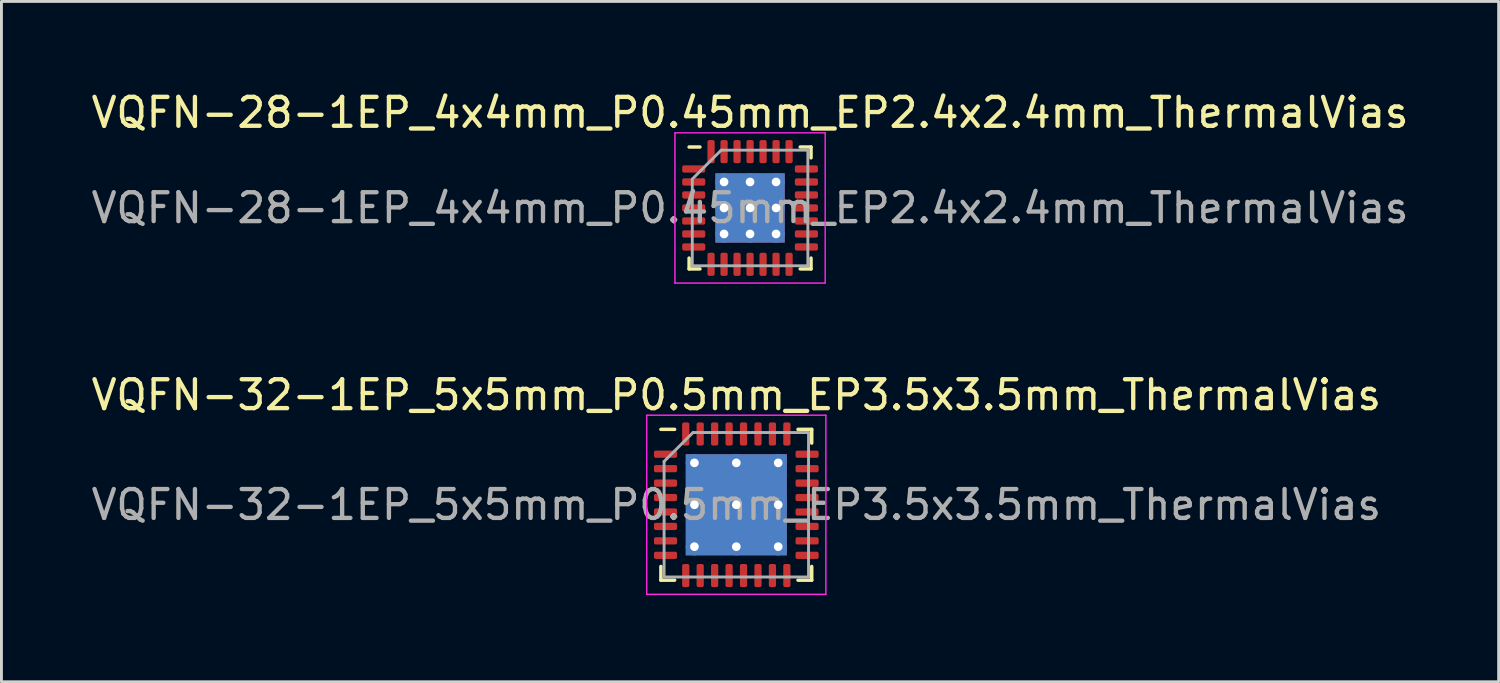
<source format=kicad_pcb>
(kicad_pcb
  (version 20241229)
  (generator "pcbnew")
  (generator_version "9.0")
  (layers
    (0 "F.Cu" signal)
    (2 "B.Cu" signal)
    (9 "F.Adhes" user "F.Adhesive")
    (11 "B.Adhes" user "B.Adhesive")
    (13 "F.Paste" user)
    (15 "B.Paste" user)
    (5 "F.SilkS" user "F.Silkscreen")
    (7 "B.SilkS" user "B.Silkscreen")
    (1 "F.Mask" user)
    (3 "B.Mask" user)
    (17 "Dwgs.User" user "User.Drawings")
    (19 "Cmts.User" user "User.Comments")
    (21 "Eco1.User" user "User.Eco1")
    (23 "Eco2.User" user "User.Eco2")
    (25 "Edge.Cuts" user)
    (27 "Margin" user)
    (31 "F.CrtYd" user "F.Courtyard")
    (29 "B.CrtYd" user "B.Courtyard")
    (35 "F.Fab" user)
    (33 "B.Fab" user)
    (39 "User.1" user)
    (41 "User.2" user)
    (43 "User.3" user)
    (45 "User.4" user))
  (footprint "VQFN-28-1EP_4x4mm_P0.45mm_EP2.4x2.4mm_ThermalVias"
    (layer "F.Cu")
    (at 22.911 4.148)
    (property "Reference" "VQFN-28-1EP_4x4mm_P0.45mm_EP2.4x2.4mm_ThermalVias" (at 0 -3.3 0) (layer "F.SilkS") (effects (font (size 1 1) (thickness 0.15))))
    (attr smd)
    (fp_line (start -2.11 2.11) (end -2.11 1.735) (stroke (width 0.12) (type solid)) (layer "F.SilkS"))
    (fp_line (start -1.735 -2.11) (end -2.11 -2.11) (stroke (width 0.12) (type solid)) (layer "F.SilkS"))
    (fp_line (start -1.735 2.11) (end -2.11 2.11) (stroke (width 0.12) (type solid)) (layer "F.SilkS"))
    (fp_line (start 1.735 -2.11) (end 2.11 -2.11) (stroke (width 0.12) (type solid)) (layer "F.SilkS"))
    (fp_line (start 1.735 2.11) (end 2.11 2.11) (stroke (width 0.12) (type solid)) (layer "F.SilkS"))
    (fp_line (start 2.11 -2.11) (end 2.11 -1.735) (stroke (width 0.12) (type solid)) (layer "F.SilkS"))
    (fp_line (start 2.11 2.11) (end 2.11 1.735) (stroke (width 0.12) (type solid)) (layer "F.SilkS"))
    (fp_line (start -2.6 -2.6) (end -2.6 2.6) (stroke (width 0.05) (type solid)) (layer "F.CrtYd"))
    (fp_line (start -2.6 2.6) (end 2.6 2.6) (stroke (width 0.05) (type solid)) (layer "F.CrtYd"))
    (fp_line (start 2.6 -2.6) (end -2.6 -2.6) (stroke (width 0.05) (type solid)) (layer "F.CrtYd"))
    (fp_line (start 2.6 2.6) (end 2.6 -2.6) (stroke (width 0.05) (type solid)) (layer "F.CrtYd"))
    (fp_line (start -2 -1) (end -1 -2) (stroke (width 0.1) (type solid)) (layer "F.Fab"))
    (fp_line (start -2 2) (end -2 -1) (stroke (width 0.1) (type solid)) (layer "F.Fab"))
    (fp_line (start -1 -2) (end 2 -2) (stroke (width 0.1) (type solid)) (layer "F.Fab"))
    (fp_line (start 2 -2) (end 2 2) (stroke (width 0.1) (type solid)) (layer "F.Fab"))
    (fp_line (start 2 2) (end -2 2) (stroke (width 0.1) (type solid)) (layer "F.Fab"))
    (fp_text user "${REFERENCE}" (at 0 0 0) (layer "F.Fab") (effects (font (size 1 1) (thickness 0.15))))
    (pad "" smd roundrect (at -0.6 -0.6) (size 1 1) (layers "F.Paste") (roundrect_rratio 0.25))
    (pad "" smd roundrect (at -0.6 0.6) (size 1 1) (layers "F.Paste") (roundrect_rratio 0.25))
    (pad "" smd roundrect (at 0.6 -0.6) (size 1 1) (layers "F.Paste") (roundrect_rratio 0.25))
    (pad "" smd roundrect (at 0.6 0.6) (size 1 1) (layers "F.Paste") (roundrect_rratio 0.25))
    (pad "1" smd roundrect (at -1.95 -1.35) (size 0.8 0.25) (layers "F.Cu" "F.Mask" "F.Paste") (roundrect_rratio 0.25))
    (pad "2" smd roundrect (at -1.95 -0.9) (size 0.8 0.25) (layers "F.Cu" "F.Mask" "F.Paste") (roundrect_rratio 0.25))
    (pad "3" smd roundrect (at -1.95 -0.45) (size 0.8 0.25) (layers "F.Cu" "F.Mask" "F.Paste") (roundrect_rratio 0.25))
    (pad "4" smd roundrect (at -1.95 0) (size 0.8 0.25) (layers "F.Cu" "F.Mask" "F.Paste") (roundrect_rratio 0.25))
    (pad "5" smd roundrect (at -1.95 0.45) (size 0.8 0.25) (layers "F.Cu" "F.Mask" "F.Paste") (roundrect_rratio 0.25))
    (pad "6" smd roundrect (at -1.95 0.9) (size 0.8 0.25) (layers "F.Cu" "F.Mask" "F.Paste") (roundrect_rratio 0.25))
    (pad "7" smd roundrect (at -1.95 1.35) (size 0.8 0.25) (layers "F.Cu" "F.Mask" "F.Paste") (roundrect_rratio 0.25))
    (pad "8" smd roundrect (at -1.35 1.95) (size 0.25 0.8) (layers "F.Cu" "F.Mask" "F.Paste") (roundrect_rratio 0.25))
    (pad "9" smd roundrect (at -0.9 1.95) (size 0.25 0.8) (layers "F.Cu" "F.Mask" "F.Paste") (roundrect_rratio 0.25))
    (pad "10" smd roundrect (at -0.45 1.95) (size 0.25 0.8) (layers "F.Cu" "F.Mask" "F.Paste") (roundrect_rratio 0.25))
    (pad "11" smd roundrect (at 0 1.95) (size 0.25 0.8) (layers "F.Cu" "F.Mask" "F.Paste") (roundrect_rratio 0.25))
    (pad "12" smd roundrect (at 0.45 1.95) (size 0.25 0.8) (layers "F.Cu" "F.Mask" "F.Paste") (roundrect_rratio 0.25))
    (pad "13" smd roundrect (at 0.9 1.95) (size 0.25 0.8) (layers "F.Cu" "F.Mask" "F.Paste") (roundrect_rratio 0.25))
    (pad "14" smd roundrect (at 1.35 1.95) (size 0.25 0.8) (layers "F.Cu" "F.Mask" "F.Paste") (roundrect_rratio 0.25))
    (pad "15" smd roundrect (at 1.95 1.35) (size 0.8 0.25) (layers "F.Cu" "F.Mask" "F.Paste") (roundrect_rratio 0.25))
    (pad "16" smd roundrect (at 1.95 0.9) (size 0.8 0.25) (layers "F.Cu" "F.Mask" "F.Paste") (roundrect_rratio 0.25))
    (pad "17" smd roundrect (at 1.95 0.45) (size 0.8 0.25) (layers "F.Cu" "F.Mask" "F.Paste") (roundrect_rratio 0.25))
    (pad "18" smd roundrect (at 1.95 0) (size 0.8 0.25) (layers "F.Cu" "F.Mask" "F.Paste") (roundrect_rratio 0.25))
    (pad "19" smd roundrect (at 1.95 -0.45) (size 0.8 0.25) (layers "F.Cu" "F.Mask" "F.Paste") (roundrect_rratio 0.25))
    (pad "20" smd roundrect (at 1.95 -0.9) (size 0.8 0.25) (layers "F.Cu" "F.Mask" "F.Paste") (roundrect_rratio 0.25))
    (pad "21" smd roundrect (at 1.95 -1.35) (size 0.8 0.25) (layers "F.Cu" "F.Mask" "F.Paste") (roundrect_rratio 0.25))
    (pad "22" smd roundrect (at 1.35 -1.95) (size 0.25 0.8) (layers "F.Cu" "F.Mask" "F.Paste") (roundrect_rratio 0.25))
    (pad "23" smd roundrect (at 0.9 -1.95) (size 0.25 0.8) (layers "F.Cu" "F.Mask" "F.Paste") (roundrect_rratio 0.25))
    (pad "24" smd roundrect (at 0.45 -1.95) (size 0.25 0.8) (layers "F.Cu" "F.Mask" "F.Paste") (roundrect_rratio 0.25))
    (pad "25" smd roundrect (at 0 -1.95) (size 0.25 0.8) (layers "F.Cu" "F.Mask" "F.Paste") (roundrect_rratio 0.25))
    (pad "26" smd roundrect (at -0.45 -1.95) (size 0.25 0.8) (layers "F.Cu" "F.Mask" "F.Paste") (roundrect_rratio 0.25))
    (pad "27" smd roundrect (at -0.9 -1.95) (size 0.25 0.8) (layers "F.Cu" "F.Mask" "F.Paste") (roundrect_rratio 0.25))
    (pad "28" smd roundrect (at -1.35 -1.95) (size 0.25 0.8) (layers "F.Cu" "F.Mask" "F.Paste") (roundrect_rratio 0.25))
    (pad "29" thru_hole circle (at -0.9 -0.9) (size 0.6 0.6) (drill 0.3) (layers "*.Cu"))
    (pad "29" thru_hole circle (at -0.9 0) (size 0.6 0.6) (drill 0.3) (layers "*.Cu"))
    (pad "29" thru_hole circle (at -0.9 0.9) (size 0.6 0.6) (drill 0.3) (layers "*.Cu"))
    (pad "29" thru_hole circle (at 0 -0.9) (size 0.6 0.6) (drill 0.3) (layers "*.Cu"))
    (pad "29" thru_hole circle (at 0 0) (size 0.6 0.6) (drill 0.3) (layers "*.Cu"))
    (pad "29" smd rect (at 0 0) (size 2.4 2.4) (layers "F.Cu" "F.Mask"))
    (pad "29" smd rect (at 0 0) (size 2.4 2.4) (layers "B.Cu"))
    (pad "29" thru_hole circle (at 0 0.9) (size 0.6 0.6) (drill 0.3) (layers "*.Cu"))
    (pad "29" thru_hole circle (at 0.9 -0.9) (size 0.6 0.6) (drill 0.3) (layers "*.Cu"))
    (pad "29" thru_hole circle (at 0.9 0) (size 0.6 0.6) (drill 0.3) (layers "*.Cu"))
    (pad "29" thru_hole circle (at 0.9 0.9) (size 0.6 0.6) (drill 0.3) (layers "*.Cu")))
  (footprint "VQFN-32-1EP_5x5mm_P0.5mm_EP3.5x3.5mm_ThermalVias"
    (layer "F.Cu")
    (at 22.435 14.421)
    (property "Reference" "VQFN-32-1EP_5x5mm_P0.5mm_EP3.5x3.5mm_ThermalVias" (at 0 -3.8 0) (layer "F.SilkS") (effects (font (size 1 1) (thickness 0.15))))
    (attr smd)
    (fp_line (start -2.61 2.61) (end -2.61 2.135) (stroke (width 0.12) (type solid)) (layer "F.SilkS"))
    (fp_line (start -2.135 -2.61) (end -2.61 -2.61) (stroke (width 0.12) (type solid)) (layer "F.SilkS"))
    (fp_line (start -2.135 2.61) (end -2.61 2.61) (stroke (width 0.12) (type solid)) (layer "F.SilkS"))
    (fp_line (start 2.135 -2.61) (end 2.61 -2.61) (stroke (width 0.12) (type solid)) (layer "F.SilkS"))
    (fp_line (start 2.135 2.61) (end 2.61 2.61) (stroke (width 0.12) (type solid)) (layer "F.SilkS"))
    (fp_line (start 2.61 -2.61) (end 2.61 -2.135) (stroke (width 0.12) (type solid)) (layer "F.SilkS"))
    (fp_line (start 2.61 2.61) (end 2.61 2.135) (stroke (width 0.12) (type solid)) (layer "F.SilkS"))
    (fp_line (start -3.1 -3.1) (end -3.1 3.1) (stroke (width 0.05) (type solid)) (layer "F.CrtYd"))
    (fp_line (start -3.1 3.1) (end 3.1 3.1) (stroke (width 0.05) (type solid)) (layer "F.CrtYd"))
    (fp_line (start 3.1 -3.1) (end -3.1 -3.1) (stroke (width 0.05) (type solid)) (layer "F.CrtYd"))
    (fp_line (start 3.1 3.1) (end 3.1 -3.1) (stroke (width 0.05) (type solid)) (layer "F.CrtYd"))
    (fp_line (start -2.5 -1.5) (end -1.5 -2.5) (stroke (width 0.1) (type solid)) (layer "F.Fab"))
    (fp_line (start -2.5 2.5) (end -2.5 -1.5) (stroke (width 0.1) (type solid)) (layer "F.Fab"))
    (fp_line (start -1.5 -2.5) (end 2.5 -2.5) (stroke (width 0.1) (type solid)) (layer "F.Fab"))
    (fp_line (start 2.5 -2.5) (end 2.5 2.5) (stroke (width 0.1) (type solid)) (layer "F.Fab"))
    (fp_line (start 2.5 2.5) (end -2.5 2.5) (stroke (width 0.1) (type solid)) (layer "F.Fab"))
    (fp_text user "${REFERENCE}" (at 0 0 0) (layer "F.Fab") (effects (font (size 1 1) (thickness 0.15))))
    (pad "" smd roundrect (at -0.875 -0.875) (size 1.46 1.46) (layers "F.Paste") (roundrect_rratio 0.171))
    (pad "" smd roundrect (at -0.875 0.875) (size 1.46 1.46) (layers "F.Paste") (roundrect_rratio 0.171))
    (pad "" smd roundrect (at 0.875 -0.875) (size 1.46 1.46) (layers "F.Paste") (roundrect_rratio 0.171))
    (pad "" smd roundrect (at 0.875 0.875) (size 1.46 1.46) (layers "F.Paste") (roundrect_rratio 0.171))
    (pad "1" smd roundrect (at -2.45 -1.75) (size 0.8 0.25) (layers "F.Cu" "F.Mask" "F.Paste") (roundrect_rratio 0.25))
    (pad "2" smd roundrect (at -2.45 -1.25) (size 0.8 0.25) (layers "F.Cu" "F.Mask" "F.Paste") (roundrect_rratio 0.25))
    (pad "3" smd roundrect (at -2.45 -0.75) (size 0.8 0.25) (layers "F.Cu" "F.Mask" "F.Paste") (roundrect_rratio 0.25))
    (pad "4" smd roundrect (at -2.45 -0.25) (size 0.8 0.25) (layers "F.Cu" "F.Mask" "F.Paste") (roundrect_rratio 0.25))
    (pad "5" smd roundrect (at -2.45 0.25) (size 0.8 0.25) (layers "F.Cu" "F.Mask" "F.Paste") (roundrect_rratio 0.25))
    (pad "6" smd roundrect (at -2.45 0.75) (size 0.8 0.25) (layers "F.Cu" "F.Mask" "F.Paste") (roundrect_rratio 0.25))
    (pad "7" smd roundrect (at -2.45 1.25) (size 0.8 0.25) (layers "F.Cu" "F.Mask" "F.Paste") (roundrect_rratio 0.25))
    (pad "8" smd roundrect (at -2.45 1.75) (size 0.8 0.25) (layers "F.Cu" "F.Mask" "F.Paste") (roundrect_rratio 0.25))
    (pad "9" smd roundrect (at -1.75 2.45) (size 0.25 0.8) (layers "F.Cu" "F.Mask" "F.Paste") (roundrect_rratio 0.25))
    (pad "10" smd roundrect (at -1.25 2.45) (size 0.25 0.8) (layers "F.Cu" "F.Mask" "F.Paste") (roundrect_rratio 0.25))
    (pad "11" smd roundrect (at -0.75 2.45) (size 0.25 0.8) (layers "F.Cu" "F.Mask" "F.Paste") (roundrect_rratio 0.25))
    (pad "12" smd roundrect (at -0.25 2.45) (size 0.25 0.8) (layers "F.Cu" "F.Mask" "F.Paste") (roundrect_rratio 0.25))
    (pad "13" smd roundrect (at 0.25 2.45) (size 0.25 0.8) (layers "F.Cu" "F.Mask" "F.Paste") (roundrect_rratio 0.25))
    (pad "14" smd roundrect (at 0.75 2.45) (size 0.25 0.8) (layers "F.Cu" "F.Mask" "F.Paste") (roundrect_rratio 0.25))
    (pad "15" smd roundrect (at 1.25 2.45) (size 0.25 0.8) (layers "F.Cu" "F.Mask" "F.Paste") (roundrect_rratio 0.25))
    (pad "16" smd roundrect (at 1.75 2.45) (size 0.25 0.8) (layers "F.Cu" "F.Mask" "F.Paste") (roundrect_rratio 0.25))
    (pad "17" smd roundrect (at 2.45 1.75) (size 0.8 0.25) (layers "F.Cu" "F.Mask" "F.Paste") (roundrect_rratio 0.25))
    (pad "18" smd roundrect (at 2.45 1.25) (size 0.8 0.25) (layers "F.Cu" "F.Mask" "F.Paste") (roundrect_rratio 0.25))
    (pad "19" smd roundrect (at 2.45 0.75) (size 0.8 0.25) (layers "F.Cu" "F.Mask" "F.Paste") (roundrect_rratio 0.25))
    (pad "20" smd roundrect (at 2.45 0.25) (size 0.8 0.25) (layers "F.Cu" "F.Mask" "F.Paste") (roundrect_rratio 0.25))
    (pad "21" smd roundrect (at 2.45 -0.25) (size 0.8 0.25) (layers "F.Cu" "F.Mask" "F.Paste") (roundrect_rratio 0.25))
    (pad "22" smd roundrect (at 2.45 -0.75) (size 0.8 0.25) (layers "F.Cu" "F.Mask" "F.Paste") (roundrect_rratio 0.25))
    (pad "23" smd roundrect (at 2.45 -1.25) (size 0.8 0.25) (layers "F.Cu" "F.Mask" "F.Paste") (roundrect_rratio 0.25))
    (pad "24" smd roundrect (at 2.45 -1.75) (size 0.8 0.25) (layers "F.Cu" "F.Mask" "F.Paste") (roundrect_rratio 0.25))
    (pad "25" smd roundrect (at 1.75 -2.45) (size 0.25 0.8) (layers "F.Cu" "F.Mask" "F.Paste") (roundrect_rratio 0.25))
    (pad "26" smd roundrect (at 1.25 -2.45) (size 0.25 0.8) (layers "F.Cu" "F.Mask" "F.Paste") (roundrect_rratio 0.25))
    (pad "27" smd roundrect (at 0.75 -2.45) (size 0.25 0.8) (layers "F.Cu" "F.Mask" "F.Paste") (roundrect_rratio 0.25))
    (pad "28" smd roundrect (at 0.25 -2.45) (size 0.25 0.8) (layers "F.Cu" "F.Mask" "F.Paste") (roundrect_rratio 0.25))
    (pad "29" smd roundrect (at -0.25 -2.45) (size 0.25 0.8) (layers "F.Cu" "F.Mask" "F.Paste") (roundrect_rratio 0.25))
    (pad "30" smd roundrect (at -0.75 -2.45) (size 0.25 0.8) (layers "F.Cu" "F.Mask" "F.Paste") (roundrect_rratio 0.25))
    (pad "31" smd roundrect (at -1.25 -2.45) (size 0.25 0.8) (layers "F.Cu" "F.Mask" "F.Paste") (roundrect_rratio 0.25))
    (pad "32" smd roundrect (at -1.75 -2.45) (size 0.25 0.8) (layers "F.Cu" "F.Mask" "F.Paste") (roundrect_rratio 0.25))
    (pad "33" thru_hole circle (at -1.45 -1.45) (size 0.6 0.6) (drill 0.3) (layers "*.Cu"))
    (pad "33" thru_hole circle (at -1.45 0) (size 0.6 0.6) (drill 0.3) (layers "*.Cu"))
    (pad "33" thru_hole circle (at -1.45 1.45) (size 0.6 0.6) (drill 0.3) (layers "*.Cu"))
    (pad "33" thru_hole circle (at 0 -1.45) (size 0.6 0.6) (drill 0.3) (layers "*.Cu"))
    (pad "33" thru_hole circle (at 0 0) (size 0.6 0.6) (drill 0.3) (layers "*.Cu"))
    (pad "33" smd rect (at 0 0) (size 3.5 3.5) (layers "F.Cu" "F.Mask"))
    (pad "33" smd rect (at 0 0) (size 3.5 3.5) (layers "B.Cu"))
    (pad "33" thru_hole circle (at 0 1.45) (size 0.6 0.6) (drill 0.3) (layers "*.Cu"))
    (pad "33" thru_hole circle (at 1.45 -1.45) (size 0.6 0.6) (drill 0.3) (layers "*.Cu"))
    (pad "33" thru_hole circle (at 1.45 0) (size 0.6 0.6) (drill 0.3) (layers "*.Cu"))
    (pad "33" thru_hole circle (at 1.45 1.45) (size 0.6 0.6) (drill 0.3) (layers "*.Cu")))
  (gr_rect
    (start -3 -3)
    (end 48.821 20.547)
    (stroke (width 0.1) (type default))
    (fill no)
    (layer "Edge.Cuts")))
</source>
